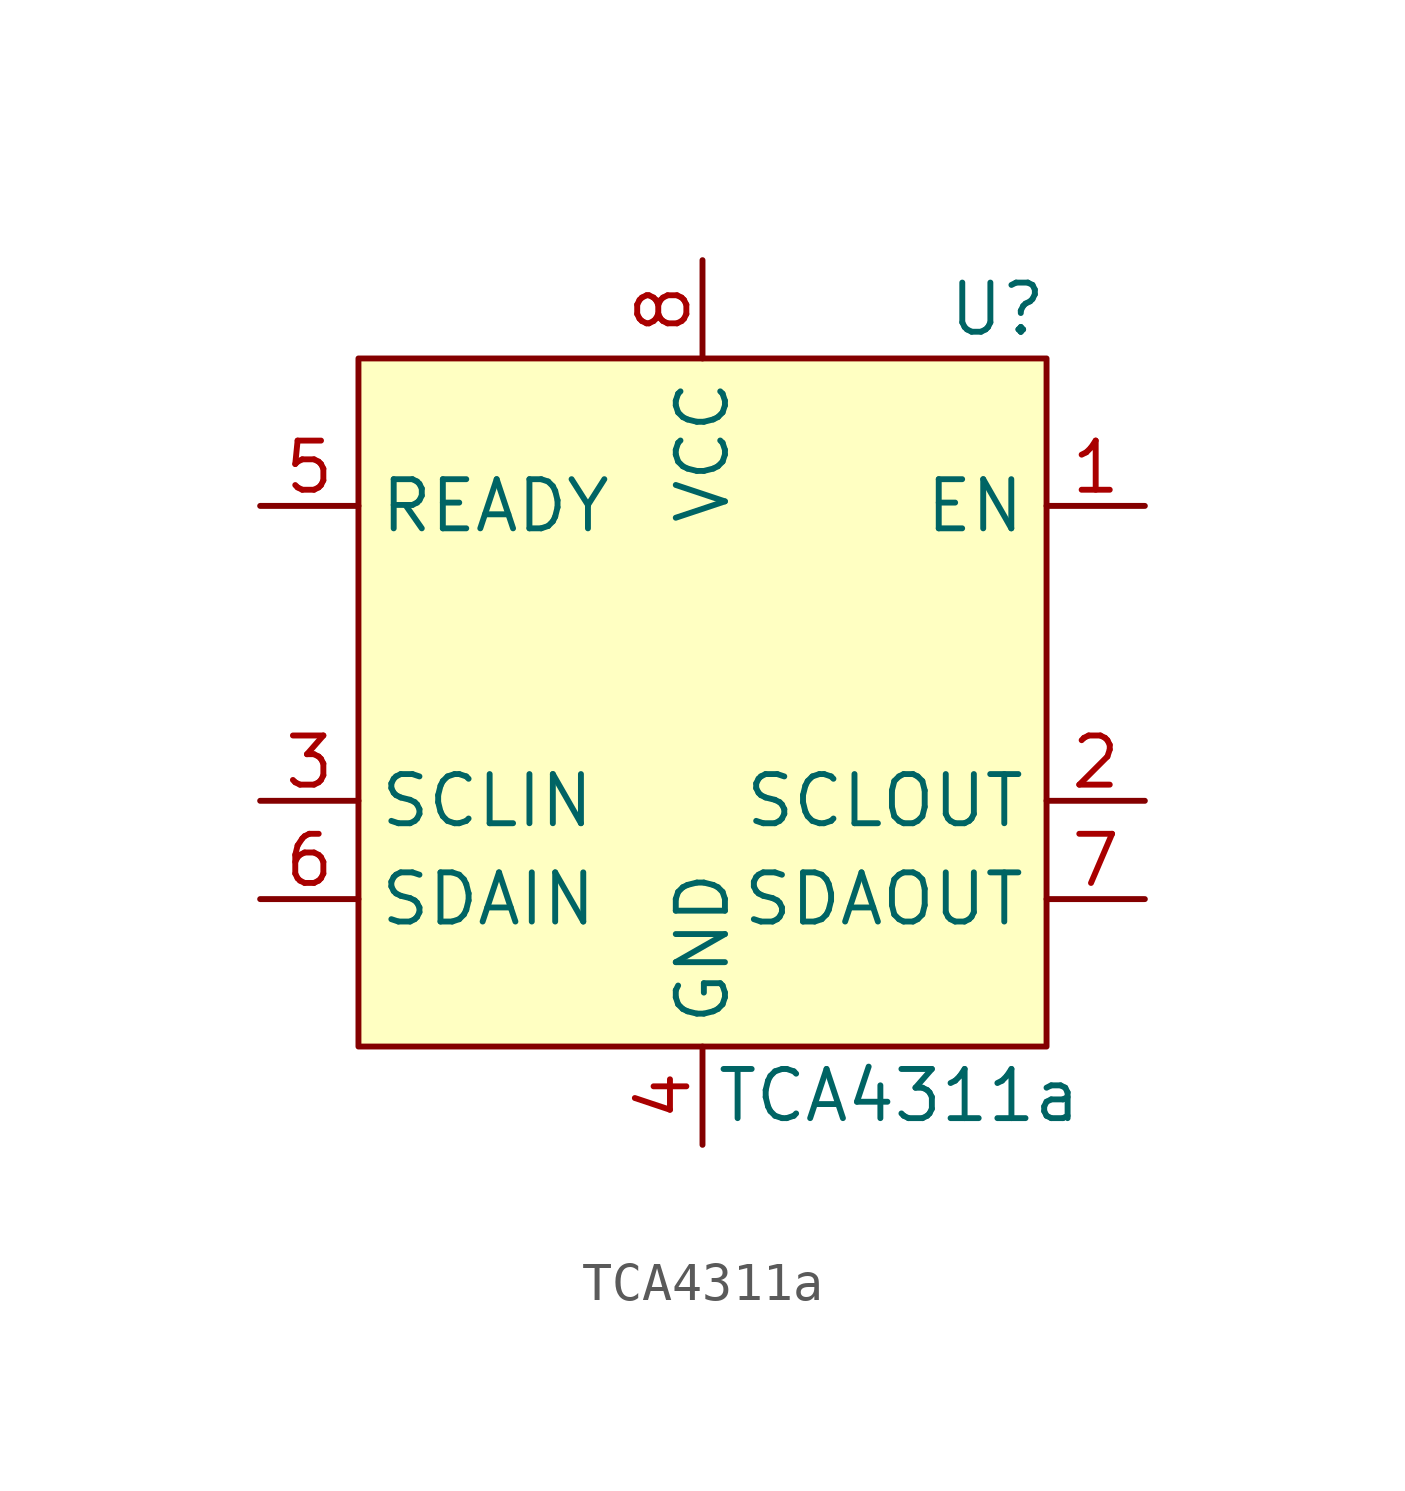
<source format=kicad_sym>
(kicad_symbol_lib
  (version 20220914)
  (generator kicad_symbol_editor)
  (symbol "TCA4311a"
    (property "Reference" "U"
      (at 7.62 1.27 0)
      (effects (font (size 1.27 1.27))))
    (property "Value" "TCA4311a"
      (at 5.08 -19.05 0)
      (effects (font (size 1.27 1.27))))
    (symbol "TCA4311a_1_1"
      (rectangle (start -8.89 0) (end 8.89 -17.78) (stroke (width 0) (type default)) (fill (type background)))
      (pin input line (at 11.43 -3.81 180) (length 2.54) (name "EN" (effects (font (size 1.27 1.27)))) (number "1" (effects (font (size 1.27 1.27)))))
      (pin output line (at 11.43 -11.43 180) (length 2.54) (name "SCLOUT" (effects (font (size 1.27 1.27)))) (number "2" (effects (font (size 1.27 1.27)))))
      (pin input line (at -11.43 -11.43 0) (length 2.54) (name "SCLIN" (effects (font (size 1.27 1.27)))) (number "3" (effects (font (size 1.27 1.27)))))
      (pin power_in line (at 0 -20.32 90) (length 2.54) (name "GND" (effects (font (size 1.27 1.27)))) (number "4" (effects (font (size 1.27 1.27)))))
      (pin output line (at -11.43 -3.81 0) (length 2.54) (name "READY" (effects (font (size 1.27 1.27)))) (number "5" (effects (font (size 1.27 1.27)))))
      (pin input line (at -11.43 -13.97 0) (length 2.54) (name "SDAIN" (effects (font (size 1.27 1.27)))) (number "6" (effects (font (size 1.27 1.27)))))
      (pin output line (at 11.43 -13.97 180) (length 2.54) (name "SDAOUT" (effects (font (size 1.27 1.27)))) (number "7" (effects (font (size 1.27 1.27)))))
      (pin power_in line (at 0 2.54 270) (length 2.54) (name "VCC" (effects (font (size 1.27 1.27)))) (number "8" (effects (font (size 1.27 1.27))))))))
</source>
